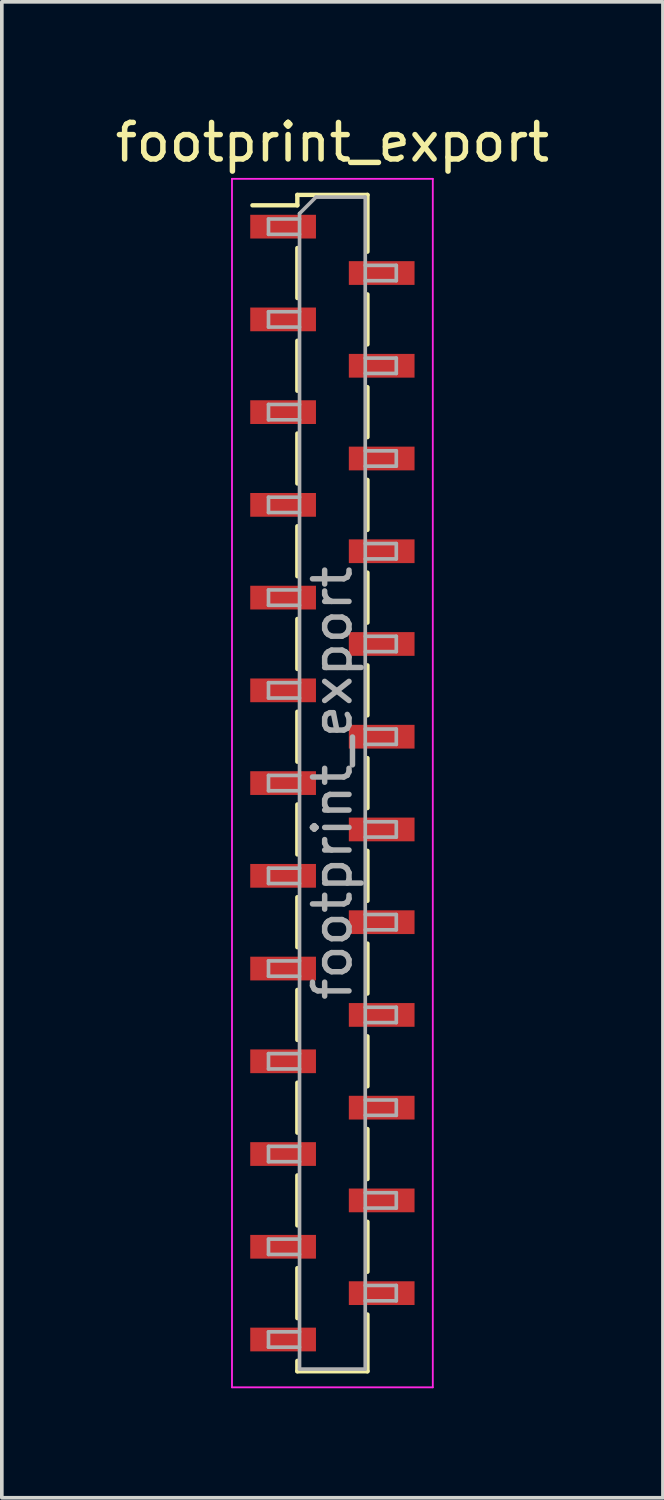
<source format=kicad_pcb>
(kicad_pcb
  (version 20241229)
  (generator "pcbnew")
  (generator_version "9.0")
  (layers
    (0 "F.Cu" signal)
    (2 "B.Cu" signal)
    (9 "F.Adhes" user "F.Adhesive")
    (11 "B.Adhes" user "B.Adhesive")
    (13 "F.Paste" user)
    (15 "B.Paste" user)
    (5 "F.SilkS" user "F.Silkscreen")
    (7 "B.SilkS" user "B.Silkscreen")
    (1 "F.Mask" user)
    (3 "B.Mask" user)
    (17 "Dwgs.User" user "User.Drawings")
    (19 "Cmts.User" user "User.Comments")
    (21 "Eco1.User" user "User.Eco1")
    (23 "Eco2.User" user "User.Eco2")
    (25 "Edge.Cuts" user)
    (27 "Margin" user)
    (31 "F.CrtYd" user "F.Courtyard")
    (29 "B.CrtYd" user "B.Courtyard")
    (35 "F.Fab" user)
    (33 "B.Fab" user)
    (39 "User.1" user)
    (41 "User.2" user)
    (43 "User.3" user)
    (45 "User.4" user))
  (footprint "footprint_export"
    (layer "F.Cu")
    (at 6.054 18.398)
    (property "Reference" "footprint_export" (at 0 -17.55 0) (layer "F.SilkS") (effects (font (size 1 1) (thickness 0.15))))
    (attr smd)
    (fp_line (start -2.19 -15.825) (end -0.96 -15.825) (stroke (width 0.12) (type solid)) (layer "F.SilkS"))
    (fp_line (start -0.96 -16.11) (end -0.96 -15.825) (stroke (width 0.12) (type solid)) (layer "F.SilkS"))
    (fp_line (start -0.96 -16.11) (end 0.96 -16.11) (stroke (width 0.12) (type solid)) (layer "F.SilkS"))
    (fp_line (start -0.96 -14.655) (end -0.96 -13.285) (stroke (width 0.12) (type solid)) (layer "F.SilkS"))
    (fp_line (start -0.96 -12.115) (end -0.96 -10.745) (stroke (width 0.12) (type solid)) (layer "F.SilkS"))
    (fp_line (start -0.96 -9.575) (end -0.96 -8.205) (stroke (width 0.12) (type solid)) (layer "F.SilkS"))
    (fp_line (start -0.96 -7.035) (end -0.96 -5.665) (stroke (width 0.12) (type solid)) (layer "F.SilkS"))
    (fp_line (start -0.96 -4.495) (end -0.96 -3.125) (stroke (width 0.12) (type solid)) (layer "F.SilkS"))
    (fp_line (start -0.96 -1.955) (end -0.96 -0.585) (stroke (width 0.12) (type solid)) (layer "F.SilkS"))
    (fp_line (start -0.96 0.585) (end -0.96 1.955) (stroke (width 0.12) (type solid)) (layer "F.SilkS"))
    (fp_line (start -0.96 3.125) (end -0.96 4.495) (stroke (width 0.12) (type solid)) (layer "F.SilkS"))
    (fp_line (start -0.96 5.665) (end -0.96 7.035) (stroke (width 0.12) (type solid)) (layer "F.SilkS"))
    (fp_line (start -0.96 8.205) (end -0.96 9.575) (stroke (width 0.12) (type solid)) (layer "F.SilkS"))
    (fp_line (start -0.96 10.745) (end -0.96 12.115) (stroke (width 0.12) (type solid)) (layer "F.SilkS"))
    (fp_line (start -0.96 13.285) (end -0.96 14.655) (stroke (width 0.12) (type solid)) (layer "F.SilkS"))
    (fp_line (start -0.96 15.825) (end -0.96 16.11) (stroke (width 0.12) (type solid)) (layer "F.SilkS"))
    (fp_line (start -0.96 16.11) (end 0.96 16.11) (stroke (width 0.12) (type solid)) (layer "F.SilkS"))
    (fp_line (start 0.96 -16.11) (end 0.96 -14.555) (stroke (width 0.12) (type solid)) (layer "F.SilkS"))
    (fp_line (start 0.96 -13.385) (end 0.96 -12.015) (stroke (width 0.12) (type solid)) (layer "F.SilkS"))
    (fp_line (start 0.96 -10.845) (end 0.96 -9.475) (stroke (width 0.12) (type solid)) (layer "F.SilkS"))
    (fp_line (start 0.96 -8.305) (end 0.96 -6.935) (stroke (width 0.12) (type solid)) (layer "F.SilkS"))
    (fp_line (start 0.96 -5.765) (end 0.96 -4.395) (stroke (width 0.12) (type solid)) (layer "F.SilkS"))
    (fp_line (start 0.96 -3.225) (end 0.96 -1.855) (stroke (width 0.12) (type solid)) (layer "F.SilkS"))
    (fp_line (start 0.96 -0.685) (end 0.96 0.685) (stroke (width 0.12) (type solid)) (layer "F.SilkS"))
    (fp_line (start 0.96 1.855) (end 0.96 3.225) (stroke (width 0.12) (type solid)) (layer "F.SilkS"))
    (fp_line (start 0.96 4.395) (end 0.96 5.765) (stroke (width 0.12) (type solid)) (layer "F.SilkS"))
    (fp_line (start 0.96 6.935) (end 0.96 8.305) (stroke (width 0.12) (type solid)) (layer "F.SilkS"))
    (fp_line (start 0.96 9.475) (end 0.96 10.845) (stroke (width 0.12) (type solid)) (layer "F.SilkS"))
    (fp_line (start 0.96 12.015) (end 0.96 13.385) (stroke (width 0.12) (type solid)) (layer "F.SilkS"))
    (fp_line (start 0.96 14.555) (end 0.96 16.11) (stroke (width 0.12) (type solid)) (layer "F.SilkS"))
    (fp_line (start -2.75 -16.55) (end 2.75 -16.55) (stroke (width 0.05) (type solid)) (layer "F.CrtYd"))
    (fp_line (start -2.75 16.55) (end -2.75 -16.55) (stroke (width 0.05) (type solid)) (layer "F.CrtYd"))
    (fp_line (start 2.75 -16.55) (end 2.75 16.55) (stroke (width 0.05) (type solid)) (layer "F.CrtYd"))
    (fp_line (start 2.75 16.55) (end -2.75 16.55) (stroke (width 0.05) (type solid)) (layer "F.CrtYd"))
    (fp_line (start -1.75 -15.45) (end -0.9 -15.45) (stroke (width 0.1) (type solid)) (layer "F.Fab"))
    (fp_line (start -1.75 -15.03) (end -1.75 -15.45) (stroke (width 0.1) (type solid)) (layer "F.Fab"))
    (fp_line (start -1.75 -12.91) (end -0.9 -12.91) (stroke (width 0.1) (type solid)) (layer "F.Fab"))
    (fp_line (start -1.75 -12.49) (end -1.75 -12.91) (stroke (width 0.1) (type solid)) (layer "F.Fab"))
    (fp_line (start -1.75 -10.37) (end -0.9 -10.37) (stroke (width 0.1) (type solid)) (layer "F.Fab"))
    (fp_line (start -1.75 -9.95) (end -1.75 -10.37) (stroke (width 0.1) (type solid)) (layer "F.Fab"))
    (fp_line (start -1.75 -7.83) (end -0.9 -7.83) (stroke (width 0.1) (type solid)) (layer "F.Fab"))
    (fp_line (start -1.75 -7.41) (end -1.75 -7.83) (stroke (width 0.1) (type solid)) (layer "F.Fab"))
    (fp_line (start -1.75 -5.29) (end -0.9 -5.29) (stroke (width 0.1) (type solid)) (layer "F.Fab"))
    (fp_line (start -1.75 -4.87) (end -1.75 -5.29) (stroke (width 0.1) (type solid)) (layer "F.Fab"))
    (fp_line (start -1.75 -2.75) (end -0.9 -2.75) (stroke (width 0.1) (type solid)) (layer "F.Fab"))
    (fp_line (start -1.75 -2.33) (end -1.75 -2.75) (stroke (width 0.1) (type solid)) (layer "F.Fab"))
    (fp_line (start -1.75 -0.21) (end -0.9 -0.21) (stroke (width 0.1) (type solid)) (layer "F.Fab"))
    (fp_line (start -1.75 0.21) (end -1.75 -0.21) (stroke (width 0.1) (type solid)) (layer "F.Fab"))
    (fp_line (start -1.75 2.33) (end -0.9 2.33) (stroke (width 0.1) (type solid)) (layer "F.Fab"))
    (fp_line (start -1.75 2.75) (end -1.75 2.33) (stroke (width 0.1) (type solid)) (layer "F.Fab"))
    (fp_line (start -1.75 4.87) (end -0.9 4.87) (stroke (width 0.1) (type solid)) (layer "F.Fab"))
    (fp_line (start -1.75 5.29) (end -1.75 4.87) (stroke (width 0.1) (type solid)) (layer "F.Fab"))
    (fp_line (start -1.75 7.41) (end -0.9 7.41) (stroke (width 0.1) (type solid)) (layer "F.Fab"))
    (fp_line (start -1.75 7.83) (end -1.75 7.41) (stroke (width 0.1) (type solid)) (layer "F.Fab"))
    (fp_line (start -1.75 9.95) (end -0.9 9.95) (stroke (width 0.1) (type solid)) (layer "F.Fab"))
    (fp_line (start -1.75 10.37) (end -1.75 9.95) (stroke (width 0.1) (type solid)) (layer "F.Fab"))
    (fp_line (start -1.75 12.49) (end -0.9 12.49) (stroke (width 0.1) (type solid)) (layer "F.Fab"))
    (fp_line (start -1.75 12.91) (end -1.75 12.49) (stroke (width 0.1) (type solid)) (layer "F.Fab"))
    (fp_line (start -1.75 15.03) (end -0.9 15.03) (stroke (width 0.1) (type solid)) (layer "F.Fab"))
    (fp_line (start -1.75 15.45) (end -1.75 15.03) (stroke (width 0.1) (type solid)) (layer "F.Fab"))
    (fp_line (start -0.9 -15.6) (end -0.45 -16.05) (stroke (width 0.1) (type solid)) (layer "F.Fab"))
    (fp_line (start -0.9 -15.03) (end -1.75 -15.03) (stroke (width 0.1) (type solid)) (layer "F.Fab"))
    (fp_line (start -0.9 -12.49) (end -1.75 -12.49) (stroke (width 0.1) (type solid)) (layer "F.Fab"))
    (fp_line (start -0.9 -9.95) (end -1.75 -9.95) (stroke (width 0.1) (type solid)) (layer "F.Fab"))
    (fp_line (start -0.9 -7.41) (end -1.75 -7.41) (stroke (width 0.1) (type solid)) (layer "F.Fab"))
    (fp_line (start -0.9 -4.87) (end -1.75 -4.87) (stroke (width 0.1) (type solid)) (layer "F.Fab"))
    (fp_line (start -0.9 -2.33) (end -1.75 -2.33) (stroke (width 0.1) (type solid)) (layer "F.Fab"))
    (fp_line (start -0.9 0.21) (end -1.75 0.21) (stroke (width 0.1) (type solid)) (layer "F.Fab"))
    (fp_line (start -0.9 2.75) (end -1.75 2.75) (stroke (width 0.1) (type solid)) (layer "F.Fab"))
    (fp_line (start -0.9 5.29) (end -1.75 5.29) (stroke (width 0.1) (type solid)) (layer "F.Fab"))
    (fp_line (start -0.9 7.83) (end -1.75 7.83) (stroke (width 0.1) (type solid)) (layer "F.Fab"))
    (fp_line (start -0.9 10.37) (end -1.75 10.37) (stroke (width 0.1) (type solid)) (layer "F.Fab"))
    (fp_line (start -0.9 12.91) (end -1.75 12.91) (stroke (width 0.1) (type solid)) (layer "F.Fab"))
    (fp_line (start -0.9 15.45) (end -1.75 15.45) (stroke (width 0.1) (type solid)) (layer "F.Fab"))
    (fp_line (start -0.9 16.05) (end -0.9 -15.6) (stroke (width 0.1) (type solid)) (layer "F.Fab"))
    (fp_line (start -0.45 -16.05) (end 0.9 -16.05) (stroke (width 0.1) (type solid)) (layer "F.Fab"))
    (fp_line (start 0.9 -16.05) (end 0.9 16.05) (stroke (width 0.1) (type solid)) (layer "F.Fab"))
    (fp_line (start 0.9 -14.18) (end 1.75 -14.18) (stroke (width 0.1) (type solid)) (layer "F.Fab"))
    (fp_line (start 0.9 -11.64) (end 1.75 -11.64) (stroke (width 0.1) (type solid)) (layer "F.Fab"))
    (fp_line (start 0.9 -9.1) (end 1.75 -9.1) (stroke (width 0.1) (type solid)) (layer "F.Fab"))
    (fp_line (start 0.9 -6.56) (end 1.75 -6.56) (stroke (width 0.1) (type solid)) (layer "F.Fab"))
    (fp_line (start 0.9 -4.02) (end 1.75 -4.02) (stroke (width 0.1) (type solid)) (layer "F.Fab"))
    (fp_line (start 0.9 -1.48) (end 1.75 -1.48) (stroke (width 0.1) (type solid)) (layer "F.Fab"))
    (fp_line (start 0.9 1.06) (end 1.75 1.06) (stroke (width 0.1) (type solid)) (layer "F.Fab"))
    (fp_line (start 0.9 3.6) (end 1.75 3.6) (stroke (width 0.1) (type solid)) (layer "F.Fab"))
    (fp_line (start 0.9 6.14) (end 1.75 6.14) (stroke (width 0.1) (type solid)) (layer "F.Fab"))
    (fp_line (start 0.9 8.68) (end 1.75 8.68) (stroke (width 0.1) (type solid)) (layer "F.Fab"))
    (fp_line (start 0.9 11.22) (end 1.75 11.22) (stroke (width 0.1) (type solid)) (layer "F.Fab"))
    (fp_line (start 0.9 13.76) (end 1.75 13.76) (stroke (width 0.1) (type solid)) (layer "F.Fab"))
    (fp_line (start 0.9 16.05) (end -0.9 16.05) (stroke (width 0.1) (type solid)) (layer "F.Fab"))
    (fp_line (start 1.75 -14.18) (end 1.75 -13.76) (stroke (width 0.1) (type solid)) (layer "F.Fab"))
    (fp_line (start 1.75 -13.76) (end 0.9 -13.76) (stroke (width 0.1) (type solid)) (layer "F.Fab"))
    (fp_line (start 1.75 -11.64) (end 1.75 -11.22) (stroke (width 0.1) (type solid)) (layer "F.Fab"))
    (fp_line (start 1.75 -11.22) (end 0.9 -11.22) (stroke (width 0.1) (type solid)) (layer "F.Fab"))
    (fp_line (start 1.75 -9.1) (end 1.75 -8.68) (stroke (width 0.1) (type solid)) (layer "F.Fab"))
    (fp_line (start 1.75 -8.68) (end 0.9 -8.68) (stroke (width 0.1) (type solid)) (layer "F.Fab"))
    (fp_line (start 1.75 -6.56) (end 1.75 -6.14) (stroke (width 0.1) (type solid)) (layer "F.Fab"))
    (fp_line (start 1.75 -6.14) (end 0.9 -6.14) (stroke (width 0.1) (type solid)) (layer "F.Fab"))
    (fp_line (start 1.75 -4.02) (end 1.75 -3.6) (stroke (width 0.1) (type solid)) (layer "F.Fab"))
    (fp_line (start 1.75 -3.6) (end 0.9 -3.6) (stroke (width 0.1) (type solid)) (layer "F.Fab"))
    (fp_line (start 1.75 -1.48) (end 1.75 -1.06) (stroke (width 0.1) (type solid)) (layer "F.Fab"))
    (fp_line (start 1.75 -1.06) (end 0.9 -1.06) (stroke (width 0.1) (type solid)) (layer "F.Fab"))
    (fp_line (start 1.75 1.06) (end 1.75 1.48) (stroke (width 0.1) (type solid)) (layer "F.Fab"))
    (fp_line (start 1.75 1.48) (end 0.9 1.48) (stroke (width 0.1) (type solid)) (layer "F.Fab"))
    (fp_line (start 1.75 3.6) (end 1.75 4.02) (stroke (width 0.1) (type solid)) (layer "F.Fab"))
    (fp_line (start 1.75 4.02) (end 0.9 4.02) (stroke (width 0.1) (type solid)) (layer "F.Fab"))
    (fp_line (start 1.75 6.14) (end 1.75 6.56) (stroke (width 0.1) (type solid)) (layer "F.Fab"))
    (fp_line (start 1.75 6.56) (end 0.9 6.56) (stroke (width 0.1) (type solid)) (layer "F.Fab"))
    (fp_line (start 1.75 8.68) (end 1.75 9.1) (stroke (width 0.1) (type solid)) (layer "F.Fab"))
    (fp_line (start 1.75 9.1) (end 0.9 9.1) (stroke (width 0.1) (type solid)) (layer "F.Fab"))
    (fp_line (start 1.75 11.22) (end 1.75 11.64) (stroke (width 0.1) (type solid)) (layer "F.Fab"))
    (fp_line (start 1.75 11.64) (end 0.9 11.64) (stroke (width 0.1) (type solid)) (layer "F.Fab"))
    (fp_line (start 1.75 13.76) (end 1.75 14.18) (stroke (width 0.1) (type solid)) (layer "F.Fab"))
    (fp_line (start 1.75 14.18) (end 0.9 14.18) (stroke (width 0.1) (type solid)) (layer "F.Fab"))
    (fp_text user "${REFERENCE}" (at 0 0 90) (layer "F.Fab") (effects (font (size 1 1) (thickness 0.15))))
    (pad "1" smd rect (at -1.35 -15.24) (size 1.8 0.65) (layers "F.Cu" "F.Mask" "F.Paste"))
    (pad "2" smd rect (at 1.35 -13.97) (size 1.8 0.65) (layers "F.Cu" "F.Mask" "F.Paste"))
    (pad "3" smd rect (at -1.35 -12.7) (size 1.8 0.65) (layers "F.Cu" "F.Mask" "F.Paste"))
    (pad "4" smd rect (at 1.35 -11.43) (size 1.8 0.65) (layers "F.Cu" "F.Mask" "F.Paste"))
    (pad "5" smd rect (at -1.35 -10.16) (size 1.8 0.65) (layers "F.Cu" "F.Mask" "F.Paste"))
    (pad "6" smd rect (at 1.35 -8.89) (size 1.8 0.65) (layers "F.Cu" "F.Mask" "F.Paste"))
    (pad "7" smd rect (at -1.35 -7.62) (size 1.8 0.65) (layers "F.Cu" "F.Mask" "F.Paste"))
    (pad "8" smd rect (at 1.35 -6.35) (size 1.8 0.65) (layers "F.Cu" "F.Mask" "F.Paste"))
    (pad "9" smd rect (at -1.35 -5.08) (size 1.8 0.65) (layers "F.Cu" "F.Mask" "F.Paste"))
    (pad "10" smd rect (at 1.35 -3.81) (size 1.8 0.65) (layers "F.Cu" "F.Mask" "F.Paste"))
    (pad "11" smd rect (at -1.35 -2.54) (size 1.8 0.65) (layers "F.Cu" "F.Mask" "F.Paste"))
    (pad "12" smd rect (at 1.35 -1.27) (size 1.8 0.65) (layers "F.Cu" "F.Mask" "F.Paste"))
    (pad "13" smd rect (at -1.35 0) (size 1.8 0.65) (layers "F.Cu" "F.Mask" "F.Paste"))
    (pad "14" smd rect (at 1.35 1.27) (size 1.8 0.65) (layers "F.Cu" "F.Mask" "F.Paste"))
    (pad "15" smd rect (at -1.35 2.54) (size 1.8 0.65) (layers "F.Cu" "F.Mask" "F.Paste"))
    (pad "16" smd rect (at 1.35 3.81) (size 1.8 0.65) (layers "F.Cu" "F.Mask" "F.Paste"))
    (pad "17" smd rect (at -1.35 5.08) (size 1.8 0.65) (layers "F.Cu" "F.Mask" "F.Paste"))
    (pad "18" smd rect (at 1.35 6.35) (size 1.8 0.65) (layers "F.Cu" "F.Mask" "F.Paste"))
    (pad "19" smd rect (at -1.35 7.62) (size 1.8 0.65) (layers "F.Cu" "F.Mask" "F.Paste"))
    (pad "20" smd rect (at 1.35 8.89) (size 1.8 0.65) (layers "F.Cu" "F.Mask" "F.Paste"))
    (pad "21" smd rect (at -1.35 10.16) (size 1.8 0.65) (layers "F.Cu" "F.Mask" "F.Paste"))
    (pad "22" smd rect (at 1.35 11.43) (size 1.8 0.65) (layers "F.Cu" "F.Mask" "F.Paste"))
    (pad "23" smd rect (at -1.35 12.7) (size 1.8 0.65) (layers "F.Cu" "F.Mask" "F.Paste"))
    (pad "24" smd rect (at 1.35 13.97) (size 1.8 0.65) (layers "F.Cu" "F.Mask" "F.Paste"))
    (pad "25" smd rect (at -1.35 15.24) (size 1.8 0.65) (layers "F.Cu" "F.Mask" "F.Paste")))
  (gr_rect
    (start -3 -3)
    (end 15.107 37.973)
    (stroke (width 0.1) (type default))
    (fill no)
    (layer "Edge.Cuts")))
</source>
